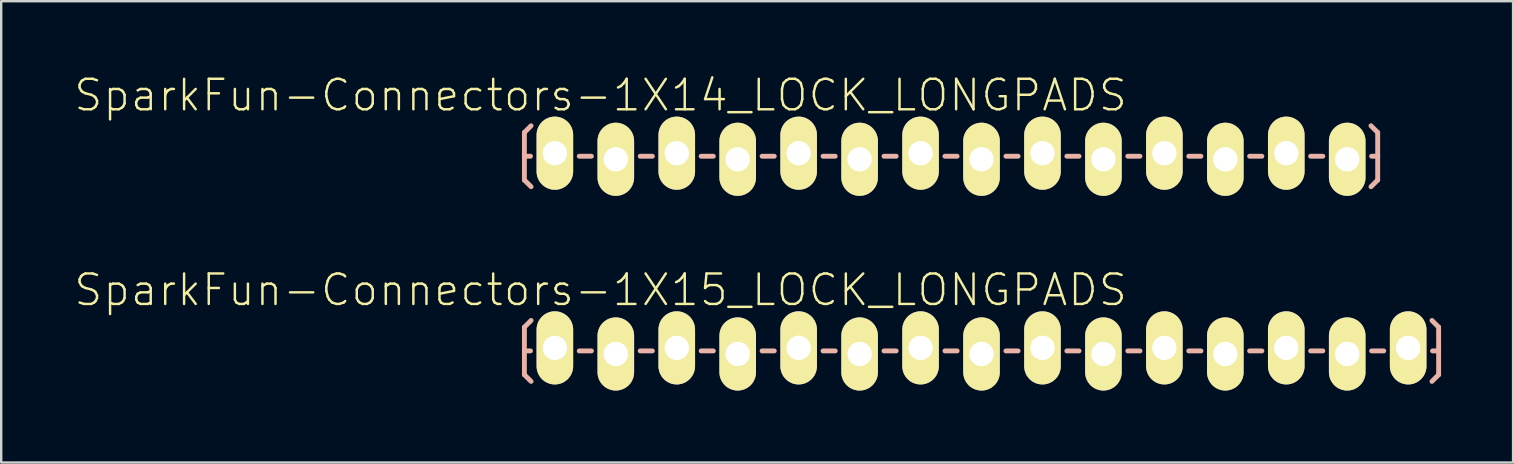
<source format=kicad_pcb>
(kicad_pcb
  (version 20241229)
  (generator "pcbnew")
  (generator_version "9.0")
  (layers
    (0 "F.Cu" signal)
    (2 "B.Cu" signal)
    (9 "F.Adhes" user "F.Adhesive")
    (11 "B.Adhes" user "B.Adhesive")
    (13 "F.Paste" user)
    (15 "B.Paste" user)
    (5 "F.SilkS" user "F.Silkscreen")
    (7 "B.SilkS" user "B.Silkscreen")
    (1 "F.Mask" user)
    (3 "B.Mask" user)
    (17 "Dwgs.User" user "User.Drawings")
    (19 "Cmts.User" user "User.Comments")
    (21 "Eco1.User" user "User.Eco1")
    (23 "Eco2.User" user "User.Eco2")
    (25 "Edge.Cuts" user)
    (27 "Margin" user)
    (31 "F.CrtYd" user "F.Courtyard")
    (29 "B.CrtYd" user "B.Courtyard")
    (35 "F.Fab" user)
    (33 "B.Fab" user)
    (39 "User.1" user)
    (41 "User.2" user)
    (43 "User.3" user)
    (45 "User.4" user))
  (footprint "SparkFun-Connectors-1X14_LOCK_LONGPADS"
    (layer "F.Cu")
    (at 20.073 3.461)
    (property "Reference" "SparkFun-Connectors-1X14_LOCK_LONGPADS" (at 1.905 -2.54 0) (layer "F.SilkS") (effects (font (size 1.27 1.27) (thickness 0.102))))
    (attr exclude_from_pos_files exclude_from_bom)
    (fp_line (start -0.292 -0.292) (end 0.292 -0.292) (stroke (width 0.066) (type solid)) (layer "F.SilkS"))
    (fp_line (start -0.292 0.292) (end -0.292 -0.292) (stroke (width 0.066) (type solid)) (layer "F.SilkS"))
    (fp_line (start -0.292 0.292) (end 0.292 0.292) (stroke (width 0.066) (type solid)) (layer "F.SilkS"))
    (fp_line (start 0.292 0.292) (end 0.292 -0.292) (stroke (width 0.066) (type solid)) (layer "F.SilkS"))
    (fp_line (start 2.248 -0.292) (end 2.832 -0.292) (stroke (width 0.066) (type solid)) (layer "F.SilkS"))
    (fp_line (start 2.248 0.292) (end 2.248 -0.292) (stroke (width 0.066) (type solid)) (layer "F.SilkS"))
    (fp_line (start 2.248 0.292) (end 2.832 0.292) (stroke (width 0.066) (type solid)) (layer "F.SilkS"))
    (fp_line (start 2.832 0.292) (end 2.832 -0.292) (stroke (width 0.066) (type solid)) (layer "F.SilkS"))
    (fp_line (start 4.788 -0.292) (end 5.372 -0.292) (stroke (width 0.066) (type solid)) (layer "F.SilkS"))
    (fp_line (start 4.788 0.292) (end 4.788 -0.292) (stroke (width 0.066) (type solid)) (layer "F.SilkS"))
    (fp_line (start 4.788 0.292) (end 5.372 0.292) (stroke (width 0.066) (type solid)) (layer "F.SilkS"))
    (fp_line (start 5.372 0.292) (end 5.372 -0.292) (stroke (width 0.066) (type solid)) (layer "F.SilkS"))
    (fp_line (start 7.328 -0.292) (end 7.912 -0.292) (stroke (width 0.066) (type solid)) (layer "F.SilkS"))
    (fp_line (start 7.328 0.292) (end 7.328 -0.292) (stroke (width 0.066) (type solid)) (layer "F.SilkS"))
    (fp_line (start 7.328 0.292) (end 7.912 0.292) (stroke (width 0.066) (type solid)) (layer "F.SilkS"))
    (fp_line (start 7.912 0.292) (end 7.912 -0.292) (stroke (width 0.066) (type solid)) (layer "F.SilkS"))
    (fp_line (start 9.868 -0.292) (end 10.452 -0.292) (stroke (width 0.066) (type solid)) (layer "F.SilkS"))
    (fp_line (start 9.868 0.292) (end 9.868 -0.292) (stroke (width 0.066) (type solid)) (layer "F.SilkS"))
    (fp_line (start 9.868 0.292) (end 10.452 0.292) (stroke (width 0.066) (type solid)) (layer "F.SilkS"))
    (fp_line (start 10.452 0.292) (end 10.452 -0.292) (stroke (width 0.066) (type solid)) (layer "F.SilkS"))
    (fp_line (start 12.408 -0.292) (end 12.992 -0.292) (stroke (width 0.066) (type solid)) (layer "F.SilkS"))
    (fp_line (start 12.408 0.292) (end 12.408 -0.292) (stroke (width 0.066) (type solid)) (layer "F.SilkS"))
    (fp_line (start 12.408 0.292) (end 12.992 0.292) (stroke (width 0.066) (type solid)) (layer "F.SilkS"))
    (fp_line (start 12.992 0.292) (end 12.992 -0.292) (stroke (width 0.066) (type solid)) (layer "F.SilkS"))
    (fp_line (start 14.948 -0.292) (end 15.532 -0.292) (stroke (width 0.066) (type solid)) (layer "F.SilkS"))
    (fp_line (start 14.948 0.292) (end 14.948 -0.292) (stroke (width 0.066) (type solid)) (layer "F.SilkS"))
    (fp_line (start 14.948 0.292) (end 15.532 0.292) (stroke (width 0.066) (type solid)) (layer "F.SilkS"))
    (fp_line (start 15.532 0.292) (end 15.532 -0.292) (stroke (width 0.066) (type solid)) (layer "F.SilkS"))
    (fp_line (start 17.488 -0.292) (end 18.072 -0.292) (stroke (width 0.066) (type solid)) (layer "F.SilkS"))
    (fp_line (start 17.488 0.292) (end 17.488 -0.292) (stroke (width 0.066) (type solid)) (layer "F.SilkS"))
    (fp_line (start 17.488 0.292) (end 18.072 0.292) (stroke (width 0.066) (type solid)) (layer "F.SilkS"))
    (fp_line (start 18.072 0.292) (end 18.072 -0.292) (stroke (width 0.066) (type solid)) (layer "F.SilkS"))
    (fp_line (start 20.028 -0.292) (end 20.612 -0.292) (stroke (width 0.066) (type solid)) (layer "F.SilkS"))
    (fp_line (start 20.028 0.292) (end 20.028 -0.292) (stroke (width 0.066) (type solid)) (layer "F.SilkS"))
    (fp_line (start 20.028 0.292) (end 20.612 0.292) (stroke (width 0.066) (type solid)) (layer "F.SilkS"))
    (fp_line (start 20.612 0.292) (end 20.612 -0.292) (stroke (width 0.066) (type solid)) (layer "F.SilkS"))
    (fp_line (start 22.568 -0.292) (end 23.152 -0.292) (stroke (width 0.066) (type solid)) (layer "F.SilkS"))
    (fp_line (start 22.568 0.292) (end 22.568 -0.292) (stroke (width 0.066) (type solid)) (layer "F.SilkS"))
    (fp_line (start 22.568 0.292) (end 23.152 0.292) (stroke (width 0.066) (type solid)) (layer "F.SilkS"))
    (fp_line (start 23.152 0.292) (end 23.152 -0.292) (stroke (width 0.066) (type solid)) (layer "F.SilkS"))
    (fp_line (start 25.108 -0.292) (end 25.692 -0.292) (stroke (width 0.066) (type solid)) (layer "F.SilkS"))
    (fp_line (start 25.108 0.292) (end 25.108 -0.292) (stroke (width 0.066) (type solid)) (layer "F.SilkS"))
    (fp_line (start 25.108 0.292) (end 25.692 0.292) (stroke (width 0.066) (type solid)) (layer "F.SilkS"))
    (fp_line (start 25.692 0.292) (end 25.692 -0.292) (stroke (width 0.066) (type solid)) (layer "F.SilkS"))
    (fp_line (start 27.648 -0.292) (end 28.232 -0.292) (stroke (width 0.066) (type solid)) (layer "F.SilkS"))
    (fp_line (start 27.648 0.292) (end 27.648 -0.292) (stroke (width 0.066) (type solid)) (layer "F.SilkS"))
    (fp_line (start 27.648 0.292) (end 28.232 0.292) (stroke (width 0.066) (type solid)) (layer "F.SilkS"))
    (fp_line (start 28.232 0.292) (end 28.232 -0.292) (stroke (width 0.066) (type solid)) (layer "F.SilkS"))
    (fp_line (start 30.185 -0.292) (end 30.772 -0.292) (stroke (width 0.066) (type solid)) (layer "F.SilkS"))
    (fp_line (start 30.185 0.292) (end 30.185 -0.292) (stroke (width 0.066) (type solid)) (layer "F.SilkS"))
    (fp_line (start 30.185 0.292) (end 30.772 0.292) (stroke (width 0.066) (type solid)) (layer "F.SilkS"))
    (fp_line (start 30.772 0.292) (end 30.772 -0.292) (stroke (width 0.066) (type solid)) (layer "F.SilkS"))
    (fp_line (start 32.728 -0.292) (end 33.312 -0.292) (stroke (width 0.066) (type solid)) (layer "F.SilkS"))
    (fp_line (start 32.728 0.292) (end 32.728 -0.292) (stroke (width 0.066) (type solid)) (layer "F.SilkS"))
    (fp_line (start 32.728 0.292) (end 33.312 0.292) (stroke (width 0.066) (type solid)) (layer "F.SilkS"))
    (fp_line (start 33.312 0.292) (end 33.312 -0.292) (stroke (width 0.066) (type solid)) (layer "F.SilkS"))
    (fp_line (start -1.27 -0.991) (end -0.991 -1.27) (stroke (width 0.203) (type solid)) (layer "B.SilkS"))
    (fp_line (start -1.27 0) (end -1.27 -0.991) (stroke (width 0.203) (type solid)) (layer "B.SilkS"))
    (fp_line (start -1.27 0) (end -1.27 0.991) (stroke (width 0.203) (type solid)) (layer "B.SilkS"))
    (fp_line (start -1.27 0) (end -1.016 0) (stroke (width 0.203) (type solid)) (layer "B.SilkS"))
    (fp_line (start -1.27 0.991) (end -0.991 1.27) (stroke (width 0.203) (type solid)) (layer "B.SilkS"))
    (fp_line (start 1.524 0) (end 1.016 0) (stroke (width 0.203) (type solid)) (layer "B.SilkS"))
    (fp_line (start 4.064 0) (end 3.556 0) (stroke (width 0.203) (type solid)) (layer "B.SilkS"))
    (fp_line (start 6.604 0) (end 6.096 0) (stroke (width 0.203) (type solid)) (layer "B.SilkS"))
    (fp_line (start 9.144 0) (end 8.636 0) (stroke (width 0.203) (type solid)) (layer "B.SilkS"))
    (fp_line (start 11.684 0) (end 11.176 0) (stroke (width 0.203) (type solid)) (layer "B.SilkS"))
    (fp_line (start 14.224 0) (end 13.716 0) (stroke (width 0.203) (type solid)) (layer "B.SilkS"))
    (fp_line (start 16.764 0) (end 16.256 0) (stroke (width 0.203) (type solid)) (layer "B.SilkS"))
    (fp_line (start 19.304 0) (end 18.796 0) (stroke (width 0.203) (type solid)) (layer "B.SilkS"))
    (fp_line (start 21.844 0) (end 21.336 0) (stroke (width 0.203) (type solid)) (layer "B.SilkS"))
    (fp_line (start 24.384 0) (end 23.876 0) (stroke (width 0.203) (type solid)) (layer "B.SilkS"))
    (fp_line (start 26.924 0) (end 26.416 0) (stroke (width 0.203) (type solid)) (layer "B.SilkS"))
    (fp_line (start 29.464 0) (end 28.953 0) (stroke (width 0.203) (type solid)) (layer "B.SilkS"))
    (fp_line (start 32.004 0) (end 31.496 0) (stroke (width 0.203) (type solid)) (layer "B.SilkS"))
    (fp_line (start 34.29 -0.991) (end 34.011 -1.27) (stroke (width 0.203) (type solid)) (layer "B.SilkS"))
    (fp_line (start 34.29 0) (end 34.036 0) (stroke (width 0.203) (type solid)) (layer "B.SilkS"))
    (fp_line (start 34.29 0) (end 34.29 -0.991) (stroke (width 0.203) (type solid)) (layer "B.SilkS"))
    (fp_line (start 34.29 0) (end 34.29 0.991) (stroke (width 0.203) (type solid)) (layer "B.SilkS"))
    (fp_line (start 34.29 0.991) (end 34.011 1.27) (stroke (width 0.203) (type solid)) (layer "B.SilkS"))
    (pad "1" thru_hole oval (at 0 -0.127 180) (size 1.524 3.048) (drill 1.016) (layers "*.Cu" "F.Mask" "F.SilkS" "F.Paste"))
    (pad "2" thru_hole oval (at 2.54 0.127 180) (size 1.524 3.048) (drill 1.016) (layers "*.Cu" "F.Mask" "F.SilkS" "F.Paste"))
    (pad "3" thru_hole oval (at 5.08 -0.127 180) (size 1.524 3.048) (drill 1.016) (layers "*.Cu" "F.Mask" "F.SilkS" "F.Paste"))
    (pad "4" thru_hole oval (at 7.62 0.127 180) (size 1.524 3.048) (drill 1.016) (layers "*.Cu" "F.Mask" "F.SilkS" "F.Paste"))
    (pad "5" thru_hole oval (at 10.16 -0.127 180) (size 1.524 3.048) (drill 1.016) (layers "*.Cu" "F.Mask" "F.SilkS" "F.Paste"))
    (pad "6" thru_hole oval (at 12.7 0.127 180) (size 1.524 3.048) (drill 1.016) (layers "*.Cu" "F.Mask" "F.SilkS" "F.Paste"))
    (pad "7" thru_hole oval (at 15.24 -0.127 180) (size 1.524 3.048) (drill 1.016) (layers "*.Cu" "F.Mask" "F.SilkS" "F.Paste"))
    (pad "8" thru_hole oval (at 17.78 0.127 180) (size 1.524 3.048) (drill 1.016) (layers "*.Cu" "F.Mask" "F.SilkS" "F.Paste"))
    (pad "9" thru_hole oval (at 20.32 -0.127 180) (size 1.524 3.048) (drill 1.016) (layers "*.Cu" "F.Mask" "F.SilkS" "F.Paste"))
    (pad "10" thru_hole oval (at 22.86 0.127 180) (size 1.524 3.048) (drill 1.016) (layers "*.Cu" "F.Mask" "F.SilkS" "F.Paste"))
    (pad "11" thru_hole oval (at 25.4 -0.127 180) (size 1.524 3.048) (drill 1.016) (layers "*.Cu" "F.Mask" "F.SilkS" "F.Paste"))
    (pad "12" thru_hole oval (at 27.94 0.127 180) (size 1.524 3.048) (drill 1.016) (layers "*.Cu" "F.Mask" "F.SilkS" "F.Paste"))
    (pad "13" thru_hole oval (at 30.48 -0.127 180) (size 1.524 3.048) (drill 1.016) (layers "*.Cu" "F.Mask" "F.SilkS" "F.Paste"))
    (pad "14" thru_hole oval (at 33.02 0.127 180) (size 1.524 3.048) (drill 1.016) (layers "*.Cu" "F.Mask" "F.SilkS" "F.Paste")))
  (footprint "SparkFun-Connectors-1X15_LOCK_LONGPADS"
    (layer "F.Cu")
    (at 20.073 11.574)
    (property "Reference" "SparkFun-Connectors-1X15_LOCK_LONGPADS" (at 1.905 -2.54 0) (layer "F.SilkS") (effects (font (size 1.27 1.27) (thickness 0.102))))
    (attr exclude_from_pos_files exclude_from_bom)
    (fp_line (start -0.292 -0.292) (end 0.292 -0.292) (stroke (width 0.066) (type solid)) (layer "F.SilkS"))
    (fp_line (start -0.292 0.292) (end -0.292 -0.292) (stroke (width 0.066) (type solid)) (layer "F.SilkS"))
    (fp_line (start -0.292 0.292) (end 0.292 0.292) (stroke (width 0.066) (type solid)) (layer "F.SilkS"))
    (fp_line (start 0.292 0.292) (end 0.292 -0.292) (stroke (width 0.066) (type solid)) (layer "F.SilkS"))
    (fp_line (start 2.248 -0.292) (end 2.832 -0.292) (stroke (width 0.066) (type solid)) (layer "F.SilkS"))
    (fp_line (start 2.248 0.292) (end 2.248 -0.292) (stroke (width 0.066) (type solid)) (layer "F.SilkS"))
    (fp_line (start 2.248 0.292) (end 2.832 0.292) (stroke (width 0.066) (type solid)) (layer "F.SilkS"))
    (fp_line (start 2.832 0.292) (end 2.832 -0.292) (stroke (width 0.066) (type solid)) (layer "F.SilkS"))
    (fp_line (start 4.788 -0.292) (end 5.372 -0.292) (stroke (width 0.066) (type solid)) (layer "F.SilkS"))
    (fp_line (start 4.788 0.292) (end 4.788 -0.292) (stroke (width 0.066) (type solid)) (layer "F.SilkS"))
    (fp_line (start 4.788 0.292) (end 5.372 0.292) (stroke (width 0.066) (type solid)) (layer "F.SilkS"))
    (fp_line (start 5.372 0.292) (end 5.372 -0.292) (stroke (width 0.066) (type solid)) (layer "F.SilkS"))
    (fp_line (start 7.328 -0.292) (end 7.912 -0.292) (stroke (width 0.066) (type solid)) (layer "F.SilkS"))
    (fp_line (start 7.328 0.292) (end 7.328 -0.292) (stroke (width 0.066) (type solid)) (layer "F.SilkS"))
    (fp_line (start 7.328 0.292) (end 7.912 0.292) (stroke (width 0.066) (type solid)) (layer "F.SilkS"))
    (fp_line (start 7.912 0.292) (end 7.912 -0.292) (stroke (width 0.066) (type solid)) (layer "F.SilkS"))
    (fp_line (start 9.868 -0.292) (end 10.452 -0.292) (stroke (width 0.066) (type solid)) (layer "F.SilkS"))
    (fp_line (start 9.868 0.292) (end 9.868 -0.292) (stroke (width 0.066) (type solid)) (layer "F.SilkS"))
    (fp_line (start 9.868 0.292) (end 10.452 0.292) (stroke (width 0.066) (type solid)) (layer "F.SilkS"))
    (fp_line (start 10.452 0.292) (end 10.452 -0.292) (stroke (width 0.066) (type solid)) (layer "F.SilkS"))
    (fp_line (start 12.408 -0.292) (end 12.992 -0.292) (stroke (width 0.066) (type solid)) (layer "F.SilkS"))
    (fp_line (start 12.408 0.292) (end 12.408 -0.292) (stroke (width 0.066) (type solid)) (layer "F.SilkS"))
    (fp_line (start 12.408 0.292) (end 12.992 0.292) (stroke (width 0.066) (type solid)) (layer "F.SilkS"))
    (fp_line (start 12.992 0.292) (end 12.992 -0.292) (stroke (width 0.066) (type solid)) (layer "F.SilkS"))
    (fp_line (start 14.948 -0.292) (end 15.532 -0.292) (stroke (width 0.066) (type solid)) (layer "F.SilkS"))
    (fp_line (start 14.948 0.292) (end 14.948 -0.292) (stroke (width 0.066) (type solid)) (layer "F.SilkS"))
    (fp_line (start 14.948 0.292) (end 15.532 0.292) (stroke (width 0.066) (type solid)) (layer "F.SilkS"))
    (fp_line (start 15.532 0.292) (end 15.532 -0.292) (stroke (width 0.066) (type solid)) (layer "F.SilkS"))
    (fp_line (start 17.488 -0.292) (end 18.072 -0.292) (stroke (width 0.066) (type solid)) (layer "F.SilkS"))
    (fp_line (start 17.488 0.292) (end 17.488 -0.292) (stroke (width 0.066) (type solid)) (layer "F.SilkS"))
    (fp_line (start 17.488 0.292) (end 18.072 0.292) (stroke (width 0.066) (type solid)) (layer "F.SilkS"))
    (fp_line (start 18.072 0.292) (end 18.072 -0.292) (stroke (width 0.066) (type solid)) (layer "F.SilkS"))
    (fp_line (start 20.028 -0.292) (end 20.612 -0.292) (stroke (width 0.066) (type solid)) (layer "F.SilkS"))
    (fp_line (start 20.028 0.292) (end 20.028 -0.292) (stroke (width 0.066) (type solid)) (layer "F.SilkS"))
    (fp_line (start 20.028 0.292) (end 20.612 0.292) (stroke (width 0.066) (type solid)) (layer "F.SilkS"))
    (fp_line (start 20.612 0.292) (end 20.612 -0.292) (stroke (width 0.066) (type solid)) (layer "F.SilkS"))
    (fp_line (start 22.568 -0.292) (end 23.152 -0.292) (stroke (width 0.066) (type solid)) (layer "F.SilkS"))
    (fp_line (start 22.568 0.292) (end 22.568 -0.292) (stroke (width 0.066) (type solid)) (layer "F.SilkS"))
    (fp_line (start 22.568 0.292) (end 23.152 0.292) (stroke (width 0.066) (type solid)) (layer "F.SilkS"))
    (fp_line (start 23.152 0.292) (end 23.152 -0.292) (stroke (width 0.066) (type solid)) (layer "F.SilkS"))
    (fp_line (start 25.108 -0.292) (end 25.692 -0.292) (stroke (width 0.066) (type solid)) (layer "F.SilkS"))
    (fp_line (start 25.108 0.292) (end 25.108 -0.292) (stroke (width 0.066) (type solid)) (layer "F.SilkS"))
    (fp_line (start 25.108 0.292) (end 25.692 0.292) (stroke (width 0.066) (type solid)) (layer "F.SilkS"))
    (fp_line (start 25.692 0.292) (end 25.692 -0.292) (stroke (width 0.066) (type solid)) (layer "F.SilkS"))
    (fp_line (start 27.648 -0.292) (end 28.232 -0.292) (stroke (width 0.066) (type solid)) (layer "F.SilkS"))
    (fp_line (start 27.648 0.292) (end 27.648 -0.292) (stroke (width 0.066) (type solid)) (layer "F.SilkS"))
    (fp_line (start 27.648 0.292) (end 28.232 0.292) (stroke (width 0.066) (type solid)) (layer "F.SilkS"))
    (fp_line (start 28.232 0.292) (end 28.232 -0.292) (stroke (width 0.066) (type solid)) (layer "F.SilkS"))
    (fp_line (start 30.185 -0.292) (end 30.772 -0.292) (stroke (width 0.066) (type solid)) (layer "F.SilkS"))
    (fp_line (start 30.185 0.292) (end 30.185 -0.292) (stroke (width 0.066) (type solid)) (layer "F.SilkS"))
    (fp_line (start 30.185 0.292) (end 30.772 0.292) (stroke (width 0.066) (type solid)) (layer "F.SilkS"))
    (fp_line (start 30.772 0.292) (end 30.772 -0.292) (stroke (width 0.066) (type solid)) (layer "F.SilkS"))
    (fp_line (start 32.728 -0.292) (end 33.312 -0.292) (stroke (width 0.066) (type solid)) (layer "F.SilkS"))
    (fp_line (start 32.728 0.292) (end 32.728 -0.292) (stroke (width 0.066) (type solid)) (layer "F.SilkS"))
    (fp_line (start 32.728 0.292) (end 33.312 0.292) (stroke (width 0.066) (type solid)) (layer "F.SilkS"))
    (fp_line (start 33.312 0.292) (end 33.312 -0.292) (stroke (width 0.066) (type solid)) (layer "F.SilkS"))
    (fp_line (start 35.268 -0.292) (end 35.852 -0.292) (stroke (width 0.066) (type solid)) (layer "F.SilkS"))
    (fp_line (start 35.268 0.292) (end 35.268 -0.292) (stroke (width 0.066) (type solid)) (layer "F.SilkS"))
    (fp_line (start 35.268 0.292) (end 35.852 0.292) (stroke (width 0.066) (type solid)) (layer "F.SilkS"))
    (fp_line (start 35.852 0.292) (end 35.852 -0.292) (stroke (width 0.066) (type solid)) (layer "F.SilkS"))
    (fp_line (start -1.27 -0.991) (end -0.991 -1.27) (stroke (width 0.203) (type solid)) (layer "B.SilkS"))
    (fp_line (start -1.27 0) (end -1.27 -0.991) (stroke (width 0.203) (type solid)) (layer "B.SilkS"))
    (fp_line (start -1.27 0) (end -1.27 0.991) (stroke (width 0.203) (type solid)) (layer "B.SilkS"))
    (fp_line (start -1.27 0) (end -1.016 0) (stroke (width 0.203) (type solid)) (layer "B.SilkS"))
    (fp_line (start -1.27 0.991) (end -0.991 1.27) (stroke (width 0.203) (type solid)) (layer "B.SilkS"))
    (fp_line (start 1.524 0) (end 1.016 0) (stroke (width 0.203) (type solid)) (layer "B.SilkS"))
    (fp_line (start 4.064 0) (end 3.556 0) (stroke (width 0.203) (type solid)) (layer "B.SilkS"))
    (fp_line (start 6.604 0) (end 6.096 0) (stroke (width 0.203) (type solid)) (layer "B.SilkS"))
    (fp_line (start 9.144 0) (end 8.636 0) (stroke (width 0.203) (type solid)) (layer "B.SilkS"))
    (fp_line (start 11.684 0) (end 11.176 0) (stroke (width 0.203) (type solid)) (layer "B.SilkS"))
    (fp_line (start 14.224 0) (end 13.716 0) (stroke (width 0.203) (type solid)) (layer "B.SilkS"))
    (fp_line (start 16.764 0) (end 16.256 0) (stroke (width 0.203) (type solid)) (layer "B.SilkS"))
    (fp_line (start 19.304 0) (end 18.796 0) (stroke (width 0.203) (type solid)) (layer "B.SilkS"))
    (fp_line (start 21.844 0) (end 21.336 0) (stroke (width 0.203) (type solid)) (layer "B.SilkS"))
    (fp_line (start 24.384 0) (end 23.876 0) (stroke (width 0.203) (type solid)) (layer "B.SilkS"))
    (fp_line (start 26.924 0) (end 26.416 0) (stroke (width 0.203) (type solid)) (layer "B.SilkS"))
    (fp_line (start 29.464 0) (end 28.953 0) (stroke (width 0.203) (type solid)) (layer "B.SilkS"))
    (fp_line (start 32.004 0) (end 31.496 0) (stroke (width 0.203) (type solid)) (layer "B.SilkS"))
    (fp_line (start 34.544 0) (end 34.036 0) (stroke (width 0.203) (type solid)) (layer "B.SilkS"))
    (fp_line (start 36.83 -0.991) (end 36.551 -1.27) (stroke (width 0.203) (type solid)) (layer "B.SilkS"))
    (fp_line (start 36.83 0) (end 36.576 0) (stroke (width 0.203) (type solid)) (layer "B.SilkS"))
    (fp_line (start 36.83 0) (end 36.83 -0.991) (stroke (width 0.203) (type solid)) (layer "B.SilkS"))
    (fp_line (start 36.83 0) (end 36.83 0.991) (stroke (width 0.203) (type solid)) (layer "B.SilkS"))
    (fp_line (start 36.83 0.991) (end 36.551 1.27) (stroke (width 0.203) (type solid)) (layer "B.SilkS"))
    (pad "1" thru_hole oval (at 0 -0.127 180) (size 1.524 3.048) (drill 1.016) (layers "*.Cu" "F.Mask" "F.SilkS" "F.Paste"))
    (pad "2" thru_hole oval (at 2.54 0.127 180) (size 1.524 3.048) (drill 1.016) (layers "*.Cu" "F.Mask" "F.SilkS" "F.Paste"))
    (pad "3" thru_hole oval (at 5.08 -0.127 180) (size 1.524 3.048) (drill 1.016) (layers "*.Cu" "F.Mask" "F.SilkS" "F.Paste"))
    (pad "4" thru_hole oval (at 7.62 0.127 180) (size 1.524 3.048) (drill 1.016) (layers "*.Cu" "F.Mask" "F.SilkS" "F.Paste"))
    (pad "5" thru_hole oval (at 10.16 -0.127 180) (size 1.524 3.048) (drill 1.016) (layers "*.Cu" "F.Mask" "F.SilkS" "F.Paste"))
    (pad "6" thru_hole oval (at 12.7 0.127 180) (size 1.524 3.048) (drill 1.016) (layers "*.Cu" "F.Mask" "F.SilkS" "F.Paste"))
    (pad "7" thru_hole oval (at 15.24 -0.127 180) (size 1.524 3.048) (drill 1.016) (layers "*.Cu" "F.Mask" "F.SilkS" "F.Paste"))
    (pad "8" thru_hole oval (at 17.78 0.127 180) (size 1.524 3.048) (drill 1.016) (layers "*.Cu" "F.Mask" "F.SilkS" "F.Paste"))
    (pad "9" thru_hole oval (at 20.32 -0.127 180) (size 1.524 3.048) (drill 1.016) (layers "*.Cu" "F.Mask" "F.SilkS" "F.Paste"))
    (pad "10" thru_hole oval (at 22.86 0.127 180) (size 1.524 3.048) (drill 1.016) (layers "*.Cu" "F.Mask" "F.SilkS" "F.Paste"))
    (pad "11" thru_hole oval (at 25.4 -0.127 180) (size 1.524 3.048) (drill 1.016) (layers "*.Cu" "F.Mask" "F.SilkS" "F.Paste"))
    (pad "12" thru_hole oval (at 27.94 0.127 180) (size 1.524 3.048) (drill 1.016) (layers "*.Cu" "F.Mask" "F.SilkS" "F.Paste"))
    (pad "13" thru_hole oval (at 30.48 -0.127 180) (size 1.524 3.048) (drill 1.016) (layers "*.Cu" "F.Mask" "F.SilkS" "F.Paste"))
    (pad "14" thru_hole oval (at 33.02 0.127 180) (size 1.524 3.048) (drill 1.016) (layers "*.Cu" "F.Mask" "F.SilkS" "F.Paste"))
    (pad "15" thru_hole oval (at 35.56 -0.127 180) (size 1.524 3.048) (drill 1.016) (layers "*.Cu" "F.Mask" "F.SilkS" "F.Paste")))
  (gr_rect
    (start -3 -3)
    (end 60.005 16.225)
    (stroke (width 0.1) (type default))
    (fill no)
    (layer "Edge.Cuts")))
</source>
